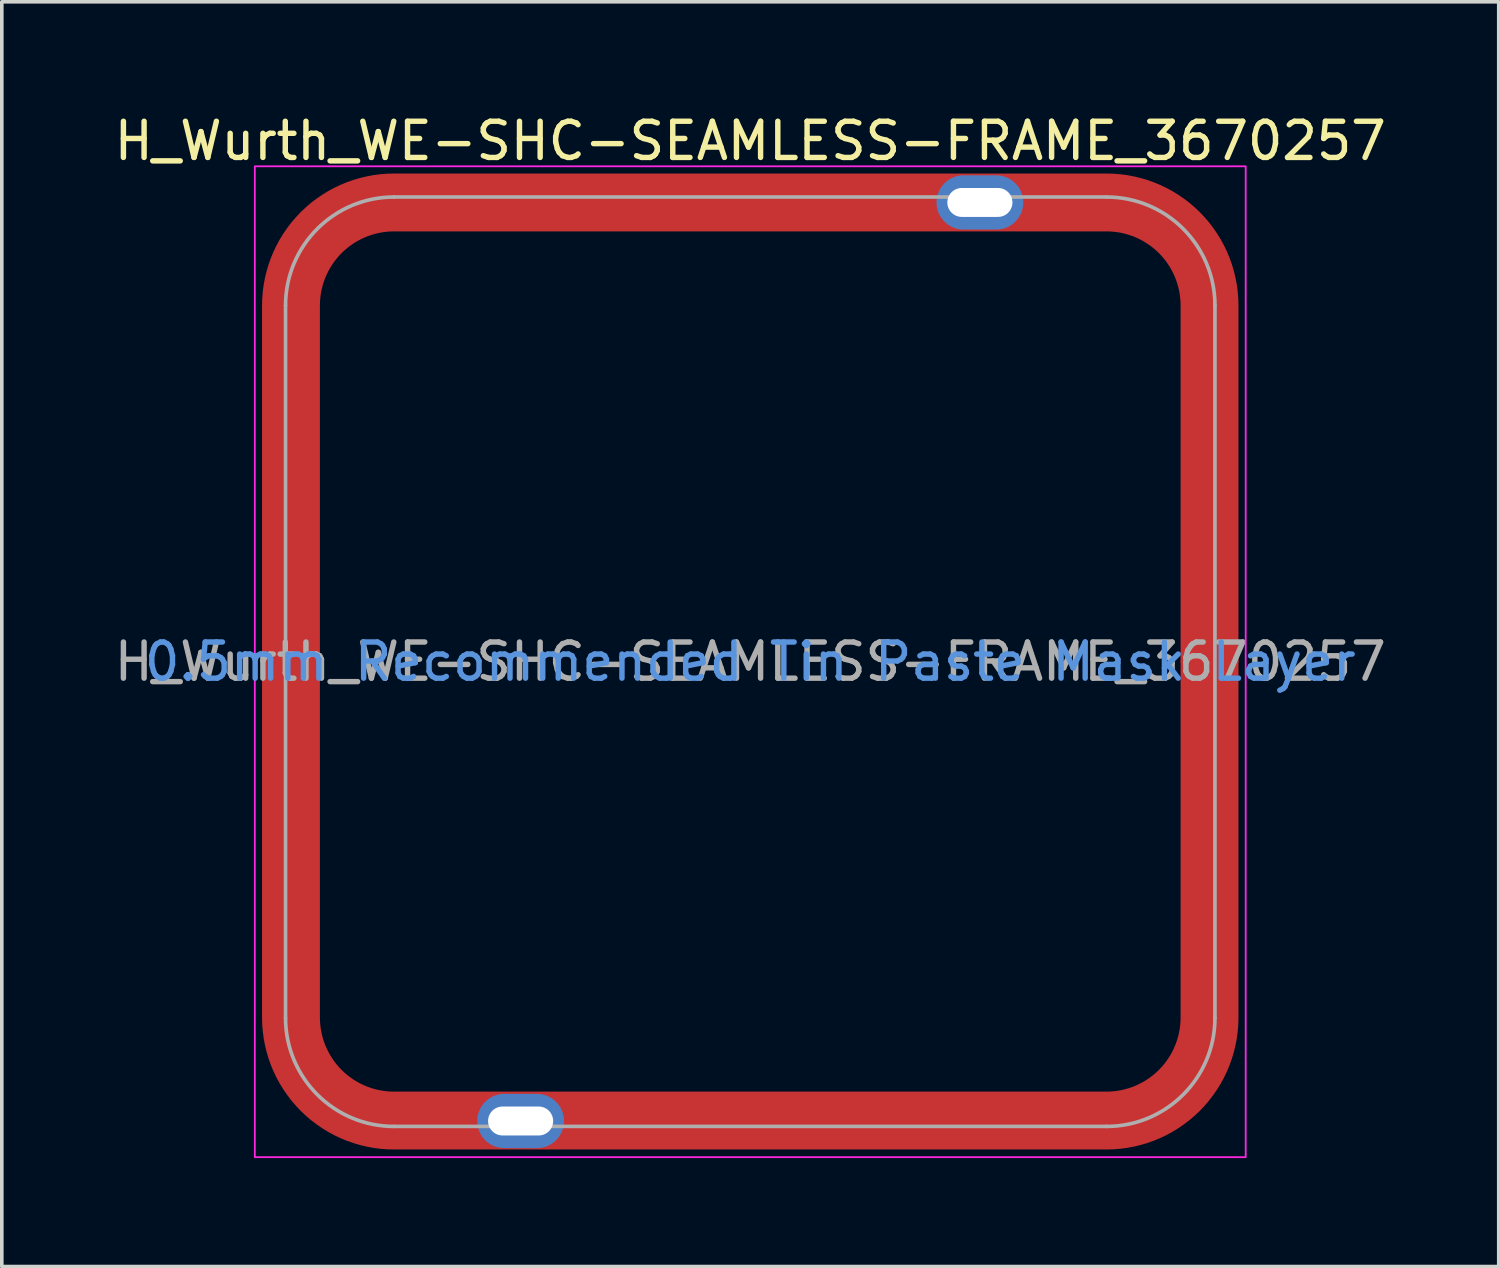
<source format=kicad_pcb>
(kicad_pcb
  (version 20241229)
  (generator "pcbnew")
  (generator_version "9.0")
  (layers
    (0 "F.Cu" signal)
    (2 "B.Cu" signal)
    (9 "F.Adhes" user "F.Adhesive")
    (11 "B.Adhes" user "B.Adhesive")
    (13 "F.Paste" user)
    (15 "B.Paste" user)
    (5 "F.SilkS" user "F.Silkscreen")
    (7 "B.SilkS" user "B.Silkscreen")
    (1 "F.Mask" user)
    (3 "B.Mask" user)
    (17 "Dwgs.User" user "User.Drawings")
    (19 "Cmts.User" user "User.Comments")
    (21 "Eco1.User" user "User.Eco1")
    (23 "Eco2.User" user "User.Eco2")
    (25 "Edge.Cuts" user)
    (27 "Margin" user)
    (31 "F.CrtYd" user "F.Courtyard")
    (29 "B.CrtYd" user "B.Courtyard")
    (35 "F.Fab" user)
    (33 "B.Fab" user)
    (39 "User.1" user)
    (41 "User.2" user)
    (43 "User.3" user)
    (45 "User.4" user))
  (footprint "H_Wurth_WE-SHC-SEAMLESS-FRAME_3670257"
    (layer "F.Cu")
    (at 17.696 15.248)
    (property "Reference" "H_Wurth_WE-SHC-SEAMLESS-FRAME_3670257" (at 0 -14.4 0) (unlocked yes) (layer "F.SilkS") (effects (font (size 1 1) (thickness 0.15))))
    (attr smd)
    (fp_poly (pts (xy -11.95 0.004) (xy -13.45 0.004) (xy -13.45 -9.85) (xy -13.445 -10.038) (xy -13.43 -10.226) (xy -13.406 -10.413) (xy -13.371 -10.598) (xy -13.327 -10.782) (xy -13.274 -10.962) (xy -13.211 -11.14) (xy -13.139 -11.314) (xy -13.058 -11.484) (xy -12.968 -11.65) (xy -12.869 -11.811) (xy -12.762 -11.966) (xy -12.648 -12.116) (xy -12.525 -12.259) (xy -12.396 -12.396) (xy -12.259 -12.525) (xy -12.116 -12.648) (xy -11.966 -12.762) (xy -11.811 -12.869) (xy -11.65 -12.968) (xy -11.484 -13.058) (xy -11.314 -13.139) (xy -11.14 -13.211) (xy -10.962 -13.274) (xy -10.782 -13.327) (xy -10.598 -13.371) (xy -10.413 -13.406) (xy -10.226 -13.43) (xy -10.038 -13.445) (xy -9.85 -13.45) (xy 9.85 -13.45) (xy 10.038 -13.445) (xy 10.226 -13.43) (xy 10.413 -13.406) (xy 10.598 -13.371) (xy 10.782 -13.327) (xy 10.962 -13.274) (xy 11.14 -13.211) (xy 11.314 -13.139) (xy 11.484 -13.058) (xy 11.65 -12.968) (xy 11.811 -12.869) (xy 11.966 -12.762) (xy 12.116 -12.648) (xy 12.259 -12.525) (xy 12.396 -12.396) (xy 12.525 -12.259) (xy 12.648 -12.116) (xy 12.762 -11.966) (xy 12.869 -11.811) (xy 12.968 -11.65) (xy 13.058 -11.484) (xy 13.139 -11.314) (xy 13.211 -11.14) (xy 13.274 -10.962) (xy 13.327 -10.782) (xy 13.371 -10.598) (xy 13.406 -10.413) (xy 13.43 -10.226) (xy 13.445 -10.038) (xy 13.45 -9.85) (xy 13.45 0.004) (xy 11.95 0.004) (xy 11.95 -9.85) (xy 11.947 -9.96) (xy 11.938 -10.07) (xy 11.924 -10.179) (xy 11.904 -10.287) (xy 11.878 -10.394) (xy 11.847 -10.499) (xy 11.811 -10.603) (xy 11.768 -10.704) (xy 11.721 -10.803) (xy 11.669 -10.9) (xy 11.611 -10.994) (xy 11.549 -11.084) (xy 11.482 -11.172) (xy 11.411 -11.255) (xy 11.335 -11.335) (xy 11.255 -11.411) (xy 11.172 -11.482) (xy 11.084 -11.549) (xy 10.994 -11.611) (xy 10.9 -11.669) (xy 10.803 -11.721) (xy 10.704 -11.768) (xy 10.603 -11.811) (xy 10.499 -11.847) (xy 10.394 -11.878) (xy 10.287 -11.904) (xy 10.179 -11.924) (xy 10.07 -11.938) (xy 9.96 -11.947) (xy 9.85 -11.95) (xy -9.85 -11.95) (xy -9.96 -11.947) (xy -10.07 -11.938) (xy -10.179 -11.924) (xy -10.287 -11.904) (xy -10.394 -11.878) (xy -10.499 -11.847) (xy -10.603 -11.811) (xy -10.704 -11.768) (xy -10.803 -11.721) (xy -10.9 -11.669) (xy -10.994 -11.611) (xy -11.084 -11.549) (xy -11.172 -11.482) (xy -11.255 -11.411) (xy -11.335 -11.335) (xy -11.411 -11.255) (xy -11.482 -11.172) (xy -11.549 -11.084) (xy -11.611 -10.994) (xy -11.669 -10.9) (xy -11.721 -10.803) (xy -11.768 -10.704) (xy -11.811 -10.603) (xy -11.847 -10.499) (xy -11.878 -10.394) (xy -11.904 -10.287) (xy -11.924 -10.179) (xy -11.938 -10.07) (xy -11.947 -9.96) (xy -11.95 -9.85) (xy -11.95 -0.25)) (stroke (width 0.1) (type solid)) (fill yes) (layer "F.Cu"))
    (fp_poly (pts (xy 11.95 -0.016) (xy 13.45 -0.016) (xy 13.45 9.838) (xy 13.445 10.026) (xy 13.43 10.214) (xy 13.406 10.401) (xy 13.371 10.586) (xy 13.327 10.77) (xy 13.274 10.95) (xy 13.211 11.128) (xy 13.139 11.302) (xy 13.058 11.472) (xy 12.968 11.638) (xy 12.869 11.799) (xy 12.762 11.954) (xy 12.648 12.104) (xy 12.525 12.247) (xy 12.396 12.384) (xy 12.259 12.513) (xy 12.116 12.636) (xy 11.966 12.75) (xy 11.811 12.857) (xy 11.65 12.956) (xy 11.484 13.046) (xy 11.314 13.127) (xy 11.14 13.199) (xy 10.962 13.262) (xy 10.782 13.315) (xy 10.598 13.359) (xy 10.413 13.394) (xy 10.226 13.418) (xy 10.038 13.433) (xy 9.85 13.438) (xy -9.85 13.438) (xy -10.038 13.433) (xy -10.226 13.418) (xy -10.413 13.394) (xy -10.598 13.359) (xy -10.782 13.315) (xy -10.962 13.262) (xy -11.14 13.199) (xy -11.314 13.127) (xy -11.484 13.046) (xy -11.65 12.956) (xy -11.811 12.857) (xy -11.966 12.75) (xy -12.116 12.636) (xy -12.259 12.513) (xy -12.396 12.384) (xy -12.525 12.247) (xy -12.648 12.104) (xy -12.762 11.954) (xy -12.869 11.799) (xy -12.968 11.638) (xy -13.058 11.472) (xy -13.139 11.302) (xy -13.211 11.128) (xy -13.274 10.95) (xy -13.327 10.77) (xy -13.371 10.586) (xy -13.406 10.401) (xy -13.43 10.214) (xy -13.445 10.026) (xy -13.45 9.838) (xy -13.45 -0.016) (xy -11.95 -0.016) (xy -11.95 9.838) (xy -11.947 9.948) (xy -11.938 10.058) (xy -11.924 10.167) (xy -11.904 10.275) (xy -11.878 10.382) (xy -11.847 10.487) (xy -11.811 10.591) (xy -11.768 10.692) (xy -11.721 10.791) (xy -11.669 10.888) (xy -11.611 10.982) (xy -11.549 11.072) (xy -11.482 11.16) (xy -11.411 11.243) (xy -11.335 11.323) (xy -11.255 11.399) (xy -11.172 11.47) (xy -11.084 11.537) (xy -10.994 11.599) (xy -10.9 11.657) (xy -10.803 11.709) (xy -10.704 11.756) (xy -10.603 11.799) (xy -10.499 11.835) (xy -10.394 11.866) (xy -10.287 11.892) (xy -10.179 11.912) (xy -10.07 11.926) (xy -9.96 11.935) (xy -9.85 11.938) (xy 9.85 11.938) (xy 9.96 11.935) (xy 10.07 11.926) (xy 10.179 11.912) (xy 10.287 11.892) (xy 10.394 11.866) (xy 10.499 11.835) (xy 10.603 11.799) (xy 10.704 11.756) (xy 10.803 11.709) (xy 10.9 11.657) (xy 10.994 11.599) (xy 11.084 11.537) (xy 11.172 11.47) (xy 11.255 11.399) (xy 11.335 11.323) (xy 11.411 11.243) (xy 11.482 11.16) (xy 11.549 11.072) (xy 11.611 10.982) (xy 11.669 10.888) (xy 11.721 10.791) (xy 11.768 10.692) (xy 11.811 10.591) (xy 11.847 10.487) (xy 11.878 10.382) (xy 11.904 10.275) (xy 11.924 10.167) (xy 11.938 10.058) (xy 11.947 9.948) (xy 11.95 9.838) (xy 11.95 0.238)) (stroke (width 0.1) (type solid)) (fill yes) (layer "F.Cu"))
    (fp_poly (pts (xy -11.95 0.004) (xy -13.45 0.004) (xy -13.45 -9.85) (xy -13.445 -10.038) (xy -13.43 -10.226) (xy -13.406 -10.413) (xy -13.371 -10.598) (xy -13.327 -10.782) (xy -13.274 -10.962) (xy -13.211 -11.14) (xy -13.139 -11.314) (xy -13.058 -11.484) (xy -12.968 -11.65) (xy -12.869 -11.811) (xy -12.762 -11.966) (xy -12.648 -12.116) (xy -12.525 -12.259) (xy -12.396 -12.396) (xy -12.259 -12.525) (xy -12.116 -12.648) (xy -11.966 -12.762) (xy -11.811 -12.869) (xy -11.65 -12.968) (xy -11.484 -13.058) (xy -11.314 -13.139) (xy -11.14 -13.211) (xy -10.962 -13.274) (xy -10.782 -13.327) (xy -10.598 -13.371) (xy -10.413 -13.406) (xy -10.226 -13.43) (xy -10.038 -13.445) (xy -9.85 -13.45) (xy 9.85 -13.45) (xy 10.038 -13.445) (xy 10.226 -13.43) (xy 10.413 -13.406) (xy 10.598 -13.371) (xy 10.782 -13.327) (xy 10.962 -13.274) (xy 11.14 -13.211) (xy 11.314 -13.139) (xy 11.484 -13.058) (xy 11.65 -12.968) (xy 11.811 -12.869) (xy 11.966 -12.762) (xy 12.116 -12.648) (xy 12.259 -12.525) (xy 12.396 -12.396) (xy 12.525 -12.259) (xy 12.648 -12.116) (xy 12.762 -11.966) (xy 12.869 -11.811) (xy 12.968 -11.65) (xy 13.058 -11.484) (xy 13.139 -11.314) (xy 13.211 -11.14) (xy 13.274 -10.962) (xy 13.327 -10.782) (xy 13.371 -10.598) (xy 13.406 -10.413) (xy 13.43 -10.226) (xy 13.445 -10.038) (xy 13.45 -9.85) (xy 13.45 0.004) (xy 11.95 0.004) (xy 11.95 -9.85) (xy 11.947 -9.96) (xy 11.938 -10.07) (xy 11.924 -10.179) (xy 11.904 -10.287) (xy 11.878 -10.394) (xy 11.847 -10.499) (xy 11.811 -10.603) (xy 11.768 -10.704) (xy 11.721 -10.803) (xy 11.669 -10.9) (xy 11.611 -10.994) (xy 11.549 -11.084) (xy 11.482 -11.172) (xy 11.411 -11.255) (xy 11.335 -11.335) (xy 11.255 -11.411) (xy 11.172 -11.482) (xy 11.084 -11.549) (xy 10.994 -11.611) (xy 10.9 -11.669) (xy 10.803 -11.721) (xy 10.704 -11.768) (xy 10.603 -11.811) (xy 10.499 -11.847) (xy 10.394 -11.878) (xy 10.287 -11.904) (xy 10.179 -11.924) (xy 10.07 -11.938) (xy 9.96 -11.947) (xy 9.85 -11.95) (xy -9.85 -11.95) (xy -9.96 -11.947) (xy -10.07 -11.938) (xy -10.179 -11.924) (xy -10.287 -11.904) (xy -10.394 -11.878) (xy -10.499 -11.847) (xy -10.603 -11.811) (xy -10.704 -11.768) (xy -10.803 -11.721) (xy -10.9 -11.669) (xy -10.994 -11.611) (xy -11.084 -11.549) (xy -11.172 -11.482) (xy -11.255 -11.411) (xy -11.335 -11.335) (xy -11.411 -11.255) (xy -11.482 -11.172) (xy -11.549 -11.084) (xy -11.611 -10.994) (xy -11.669 -10.9) (xy -11.721 -10.803) (xy -11.768 -10.704) (xy -11.811 -10.603) (xy -11.847 -10.499) (xy -11.878 -10.394) (xy -11.904 -10.287) (xy -11.924 -10.179) (xy -11.938 -10.07) (xy -11.947 -9.96) (xy -11.95 -9.85) (xy -11.95 -0.25)) (stroke (width 0.1) (type solid)) (fill yes) (layer "F.Mask"))
    (fp_poly (pts (xy 11.95 -0.004) (xy 13.45 -0.004) (xy 13.45 9.85) (xy 13.445 10.038) (xy 13.43 10.226) (xy 13.406 10.413) (xy 13.371 10.598) (xy 13.327 10.782) (xy 13.274 10.962) (xy 13.211 11.14) (xy 13.139 11.314) (xy 13.058 11.484) (xy 12.968 11.65) (xy 12.869 11.811) (xy 12.762 11.966) (xy 12.648 12.116) (xy 12.525 12.259) (xy 12.396 12.396) (xy 12.259 12.525) (xy 12.116 12.648) (xy 11.966 12.762) (xy 11.811 12.869) (xy 11.65 12.968) (xy 11.484 13.058) (xy 11.314 13.139) (xy 11.14 13.211) (xy 10.962 13.274) (xy 10.782 13.327) (xy 10.598 13.371) (xy 10.413 13.406) (xy 10.226 13.43) (xy 10.038 13.445) (xy 9.85 13.45) (xy -9.85 13.45) (xy -10.038 13.445) (xy -10.226 13.43) (xy -10.413 13.406) (xy -10.598 13.371) (xy -10.782 13.327) (xy -10.962 13.274) (xy -11.14 13.211) (xy -11.314 13.139) (xy -11.484 13.058) (xy -11.65 12.968) (xy -11.811 12.869) (xy -11.966 12.762) (xy -12.116 12.648) (xy -12.259 12.525) (xy -12.396 12.396) (xy -12.525 12.259) (xy -12.648 12.116) (xy -12.762 11.966) (xy -12.869 11.811) (xy -12.968 11.65) (xy -13.058 11.484) (xy -13.139 11.314) (xy -13.211 11.14) (xy -13.274 10.962) (xy -13.327 10.782) (xy -13.371 10.598) (xy -13.406 10.413) (xy -13.43 10.226) (xy -13.445 10.038) (xy -13.45 9.85) (xy -13.45 -0.004) (xy -11.95 -0.004) (xy -11.95 9.85) (xy -11.947 9.96) (xy -11.938 10.07) (xy -11.924 10.179) (xy -11.904 10.287) (xy -11.878 10.394) (xy -11.847 10.499) (xy -11.811 10.603) (xy -11.768 10.704) (xy -11.721 10.803) (xy -11.669 10.9) (xy -11.611 10.994) (xy -11.549 11.084) (xy -11.482 11.172) (xy -11.411 11.255) (xy -11.335 11.335) (xy -11.255 11.411) (xy -11.172 11.482) (xy -11.084 11.549) (xy -10.994 11.611) (xy -10.9 11.669) (xy -10.803 11.721) (xy -10.704 11.768) (xy -10.603 11.811) (xy -10.499 11.847) (xy -10.394 11.878) (xy -10.287 11.904) (xy -10.179 11.924) (xy -10.07 11.938) (xy -9.96 11.947) (xy -9.85 11.95) (xy 9.85 11.95) (xy 9.96 11.947) (xy 10.07 11.938) (xy 10.179 11.924) (xy 10.287 11.904) (xy 10.394 11.878) (xy 10.499 11.847) (xy 10.603 11.811) (xy 10.704 11.768) (xy 10.803 11.721) (xy 10.9 11.669) (xy 10.994 11.611) (xy 11.084 11.549) (xy 11.172 11.482) (xy 11.255 11.411) (xy 11.335 11.335) (xy 11.411 11.255) (xy 11.482 11.172) (xy 11.549 11.084) (xy 11.611 10.994) (xy 11.669 10.9) (xy 11.721 10.803) (xy 11.768 10.704) (xy 11.811 10.603) (xy 11.847 10.499) (xy 11.878 10.394) (xy 11.904 10.287) (xy 11.924 10.179) (xy 11.938 10.07) (xy 11.947 9.96) (xy 11.95 9.85) (xy 11.95 0.25)) (stroke (width 0.1) (type solid)) (fill yes) (layer "F.Mask"))
    (fp_poly (pts (xy -11.95 0.004) (xy -13.45 0.004) (xy -13.45 -9.85) (xy -13.445 -10.038) (xy -13.43 -10.226) (xy -13.406 -10.413) (xy -13.371 -10.598) (xy -13.327 -10.782) (xy -13.274 -10.962) (xy -13.211 -11.14) (xy -13.139 -11.314) (xy -13.058 -11.484) (xy -12.968 -11.65) (xy -12.869 -11.811) (xy -12.762 -11.966) (xy -12.648 -12.116) (xy -12.525 -12.259) (xy -12.396 -12.396) (xy -12.259 -12.525) (xy -12.116 -12.648) (xy -11.966 -12.762) (xy -11.811 -12.869) (xy -11.65 -12.968) (xy -11.484 -13.058) (xy -11.314 -13.139) (xy -11.14 -13.211) (xy -10.962 -13.274) (xy -10.782 -13.327) (xy -10.598 -13.371) (xy -10.413 -13.406) (xy -10.226 -13.43) (xy -10.038 -13.445) (xy -9.85 -13.45) (xy 9.85 -13.45) (xy 10.038 -13.445) (xy 10.226 -13.43) (xy 10.413 -13.406) (xy 10.598 -13.371) (xy 10.782 -13.327) (xy 10.962 -13.274) (xy 11.14 -13.211) (xy 11.314 -13.139) (xy 11.484 -13.058) (xy 11.65 -12.968) (xy 11.811 -12.869) (xy 11.966 -12.762) (xy 12.116 -12.648) (xy 12.259 -12.525) (xy 12.396 -12.396) (xy 12.525 -12.259) (xy 12.648 -12.116) (xy 12.762 -11.966) (xy 12.869 -11.811) (xy 12.968 -11.65) (xy 13.058 -11.484) (xy 13.139 -11.314) (xy 13.211 -11.14) (xy 13.274 -10.962) (xy 13.327 -10.782) (xy 13.371 -10.598) (xy 13.406 -10.413) (xy 13.43 -10.226) (xy 13.445 -10.038) (xy 13.45 -9.85) (xy 13.45 0.004) (xy 11.95 0.004) (xy 11.95 -9.85) (xy 11.947 -9.96) (xy 11.938 -10.07) (xy 11.924 -10.179) (xy 11.904 -10.287) (xy 11.878 -10.394) (xy 11.847 -10.499) (xy 11.811 -10.603) (xy 11.768 -10.704) (xy 11.721 -10.803) (xy 11.669 -10.9) (xy 11.611 -10.994) (xy 11.549 -11.084) (xy 11.482 -11.172) (xy 11.411 -11.255) (xy 11.335 -11.335) (xy 11.255 -11.411) (xy 11.172 -11.482) (xy 11.084 -11.549) (xy 10.994 -11.611) (xy 10.9 -11.669) (xy 10.803 -11.721) (xy 10.704 -11.768) (xy 10.603 -11.811) (xy 10.499 -11.847) (xy 10.394 -11.878) (xy 10.287 -11.904) (xy 10.179 -11.924) (xy 10.07 -11.938) (xy 9.96 -11.947) (xy 9.85 -11.95) (xy -9.85 -11.95) (xy -9.96 -11.947) (xy -10.07 -11.938) (xy -10.179 -11.924) (xy -10.287 -11.904) (xy -10.394 -11.878) (xy -10.499 -11.847) (xy -10.603 -11.811) (xy -10.704 -11.768) (xy -10.803 -11.721) (xy -10.9 -11.669) (xy -10.994 -11.611) (xy -11.084 -11.549) (xy -11.172 -11.482) (xy -11.255 -11.411) (xy -11.335 -11.335) (xy -11.411 -11.255) (xy -11.482 -11.172) (xy -11.549 -11.084) (xy -11.611 -10.994) (xy -11.669 -10.9) (xy -11.721 -10.803) (xy -11.768 -10.704) (xy -11.811 -10.603) (xy -11.847 -10.499) (xy -11.878 -10.394) (xy -11.904 -10.287) (xy -11.924 -10.179) (xy -11.938 -10.07) (xy -11.947 -9.96) (xy -11.95 -9.85) (xy -11.95 -0.25)) (stroke (width 0.1) (type solid)) (fill yes) (layer "F.Paste"))
    (fp_poly (pts (xy 11.95 -0.016) (xy 13.45 -0.016) (xy 13.45 9.838) (xy 13.445 10.026) (xy 13.43 10.214) (xy 13.406 10.401) (xy 13.371 10.586) (xy 13.327 10.77) (xy 13.274 10.95) (xy 13.211 11.128) (xy 13.139 11.302) (xy 13.058 11.472) (xy 12.968 11.638) (xy 12.869 11.799) (xy 12.762 11.954) (xy 12.648 12.104) (xy 12.525 12.247) (xy 12.396 12.384) (xy 12.259 12.513) (xy 12.116 12.636) (xy 11.966 12.75) (xy 11.811 12.857) (xy 11.65 12.956) (xy 11.484 13.046) (xy 11.314 13.127) (xy 11.14 13.199) (xy 10.962 13.262) (xy 10.782 13.315) (xy 10.598 13.359) (xy 10.413 13.394) (xy 10.226 13.418) (xy 10.038 13.433) (xy 9.85 13.438) (xy -9.85 13.438) (xy -10.038 13.433) (xy -10.226 13.418) (xy -10.413 13.394) (xy -10.598 13.359) (xy -10.782 13.315) (xy -10.962 13.262) (xy -11.14 13.199) (xy -11.314 13.127) (xy -11.484 13.046) (xy -11.65 12.956) (xy -11.811 12.857) (xy -11.966 12.75) (xy -12.116 12.636) (xy -12.259 12.513) (xy -12.396 12.384) (xy -12.525 12.247) (xy -12.648 12.104) (xy -12.762 11.954) (xy -12.869 11.799) (xy -12.968 11.638) (xy -13.058 11.472) (xy -13.139 11.302) (xy -13.211 11.128) (xy -13.274 10.95) (xy -13.327 10.77) (xy -13.371 10.586) (xy -13.406 10.401) (xy -13.43 10.214) (xy -13.445 10.026) (xy -13.45 9.838) (xy -13.45 -0.016) (xy -11.95 -0.016) (xy -11.95 9.838) (xy -11.947 9.948) (xy -11.938 10.058) (xy -11.924 10.167) (xy -11.904 10.275) (xy -11.878 10.382) (xy -11.847 10.487) (xy -11.811 10.591) (xy -11.768 10.692) (xy -11.721 10.791) (xy -11.669 10.888) (xy -11.611 10.982) (xy -11.549 11.072) (xy -11.482 11.16) (xy -11.411 11.243) (xy -11.335 11.323) (xy -11.255 11.399) (xy -11.172 11.47) (xy -11.084 11.537) (xy -10.994 11.599) (xy -10.9 11.657) (xy -10.803 11.709) (xy -10.704 11.756) (xy -10.603 11.799) (xy -10.499 11.835) (xy -10.394 11.866) (xy -10.287 11.892) (xy -10.179 11.912) (xy -10.07 11.926) (xy -9.96 11.935) (xy -9.85 11.938) (xy 9.85 11.938) (xy 9.96 11.935) (xy 10.07 11.926) (xy 10.179 11.912) (xy 10.287 11.892) (xy 10.394 11.866) (xy 10.499 11.835) (xy 10.603 11.799) (xy 10.704 11.756) (xy 10.803 11.709) (xy 10.9 11.657) (xy 10.994 11.599) (xy 11.084 11.537) (xy 11.172 11.47) (xy 11.255 11.399) (xy 11.335 11.323) (xy 11.411 11.243) (xy 11.482 11.16) (xy 11.549 11.072) (xy 11.611 10.982) (xy 11.669 10.888) (xy 11.721 10.791) (xy 11.768 10.692) (xy 11.811 10.591) (xy 11.847 10.487) (xy 11.878 10.382) (xy 11.904 10.275) (xy 11.924 10.167) (xy 11.938 10.058) (xy 11.947 9.948) (xy 11.95 9.838) (xy 11.95 0.238)) (stroke (width 0.1) (type solid)) (fill yes) (layer "F.Paste"))
    (fp_rect (start -13.7 -13.7) (end 13.7 13.7) (stroke (width 0.05) (type solid)) (fill no) (layer "F.CrtYd"))
    (fp_line (start -12.85 9.85) (end -12.85 -9.85) (stroke (width 0.1) (type solid)) (layer "F.Fab"))
    (fp_line (start -9.85 -12.85) (end 9.85 -12.85) (stroke (width 0.1) (type solid)) (layer "F.Fab"))
    (fp_line (start -9.85 12.85) (end 9.85 12.85) (stroke (width 0.1) (type solid)) (layer "F.Fab"))
    (fp_line (start 12.85 9.85) (end 12.85 -9.85) (stroke (width 0.1) (type solid)) (layer "F.Fab"))
    (fp_arc (start -12.85 -9.85) (mid -11.971321 -11.971321) (end -9.85 -12.85) (stroke (width 0.1) (type default)) (layer "F.Fab"))
    (fp_arc (start -9.85 12.85) (mid -11.971321 11.971321) (end -12.85 9.85) (stroke (width 0.1) (type default)) (layer "F.Fab"))
    (fp_arc (start 9.85 -12.85) (mid 11.971321 -11.971321) (end 12.85 -9.85) (stroke (width 0.1) (type default)) (layer "F.Fab"))
    (fp_arc (start 12.85 9.85) (mid 11.971321 11.971321) (end 9.85 12.85) (stroke (width 0.1) (type default)) (layer "F.Fab"))
    (fp_text user "0.5mm Recommended Tin Paste Mask Layer" (at 0 0 0) (unlocked yes) (layer "Cmts.User") (effects (font (size 1 1) (thickness 0.15))))
    (fp_text user "${REFERENCE}" (at 0 0 0) (unlocked yes) (layer "F.Fab") (effects (font (size 1 1) (thickness 0.15))))
    (pad "1" thru_hole oval (at -6.35 12.7) (size 2.4 1.5) (drill oval 1.8 0.8) (layers "*.Cu" "*.Mask"))
    (pad "1" thru_hole oval (at 6.35 -12.7) (size 2.4 1.5) (drill oval 1.8 0.8) (layers "*.Cu" "*.Mask")))
  (gr_rect
    (start -3 -3)
    (end 38.393 31.973)
    (stroke (width 0.1) (type default))
    (fill no)
    (layer "Edge.Cuts")))
</source>
